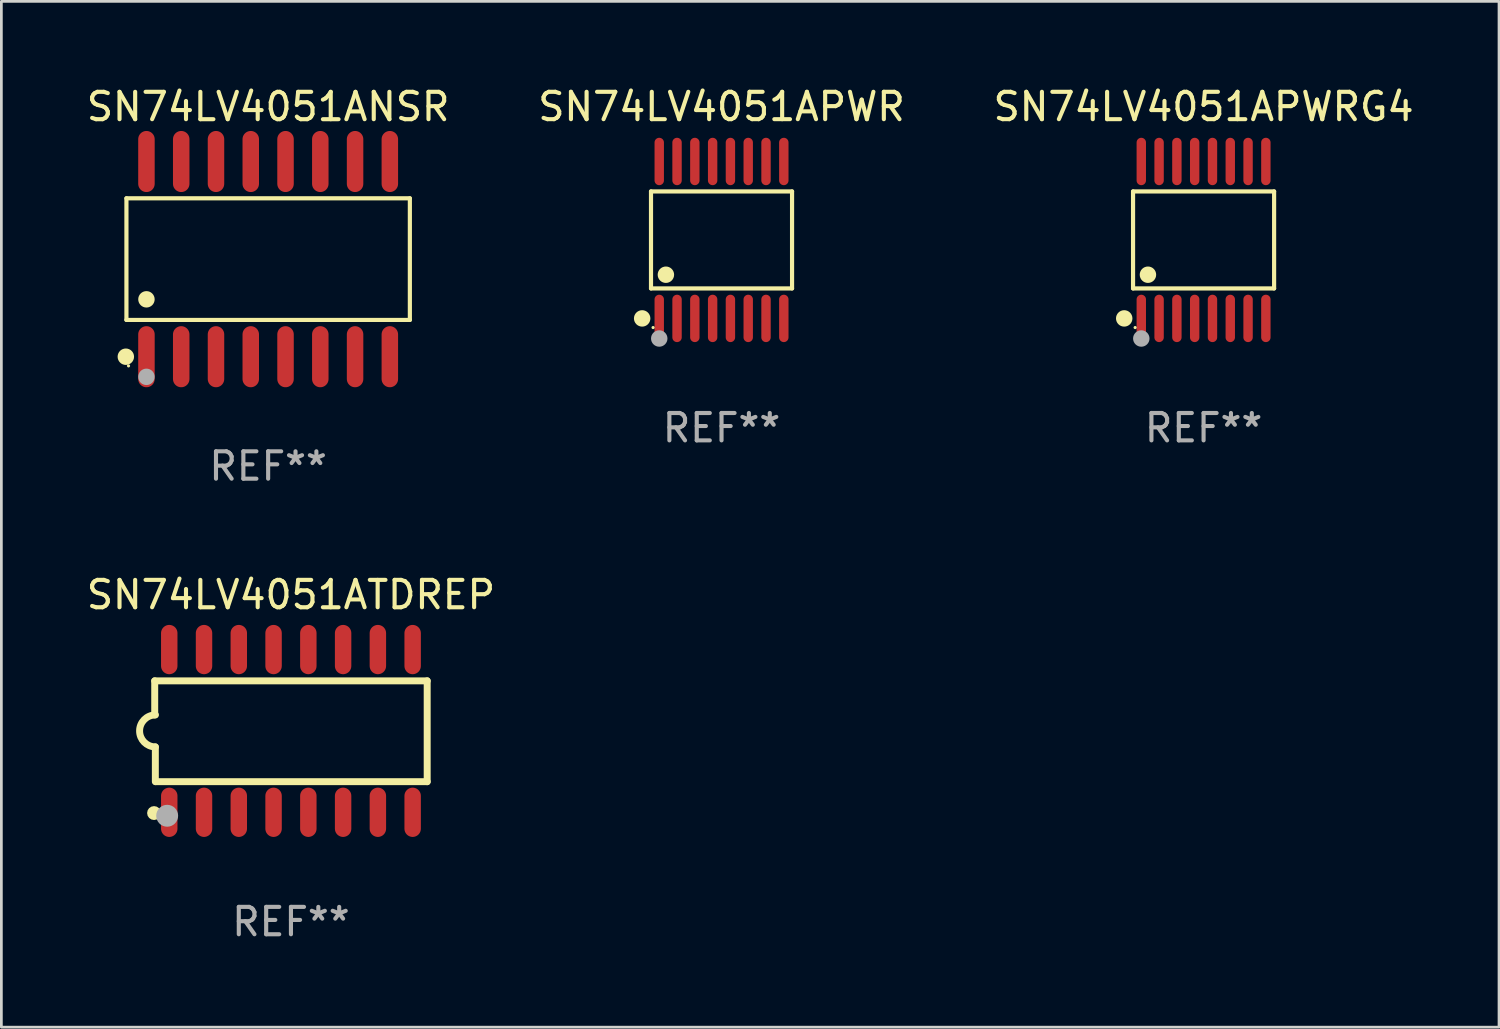
<source format=kicad_pcb>
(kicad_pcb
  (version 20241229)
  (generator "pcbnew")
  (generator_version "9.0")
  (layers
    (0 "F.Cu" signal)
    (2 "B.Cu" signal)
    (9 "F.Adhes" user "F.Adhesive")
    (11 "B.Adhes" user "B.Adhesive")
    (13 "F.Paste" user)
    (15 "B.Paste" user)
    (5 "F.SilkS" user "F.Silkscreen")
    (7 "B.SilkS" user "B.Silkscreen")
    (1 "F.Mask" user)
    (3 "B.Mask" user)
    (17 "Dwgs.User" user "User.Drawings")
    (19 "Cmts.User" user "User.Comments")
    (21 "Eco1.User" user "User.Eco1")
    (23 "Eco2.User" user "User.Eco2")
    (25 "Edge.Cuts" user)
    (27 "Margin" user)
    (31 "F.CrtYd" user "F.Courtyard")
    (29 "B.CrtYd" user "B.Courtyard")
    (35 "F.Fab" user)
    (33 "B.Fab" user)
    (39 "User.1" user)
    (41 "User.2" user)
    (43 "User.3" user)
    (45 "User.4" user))
  (footprint "SN74LV4051APWRG4"
    (layer "F.Cu")
    (at 40.911 5.714)
    (property "Reference" "SN74LV4051APWRG4" (at 0 -4.866 0) (layer "F.SilkS") (effects (font (size 1 1) (thickness 0.15))))
    (attr through_hole)
    (fp_line (start -2.576 -1.772) (end 2.576 -1.772) (stroke (width 0.152) (type solid)) (layer "F.SilkS"))
    (fp_line (start -2.576 1.771) (end -2.576 -1.772) (stroke (width 0.152) (type solid)) (layer "F.SilkS"))
    (fp_line (start 2.576 -1.772) (end 2.576 1.771) (stroke (width 0.152) (type solid)) (layer "F.SilkS"))
    (fp_line (start 2.576 1.771) (end -2.576 1.771) (stroke (width 0.152) (type solid)) (layer "F.SilkS"))
    (fp_circle (center -2.899 2.866) (end -2.749 2.866) (stroke (width 0.3) (type solid)) (fill no) (layer "F.SilkS"))
    (fp_circle (center -2.5 3.2) (end -2.47 3.2) (stroke (width 0.06) (type solid)) (fill no) (layer "F.SilkS"))
    (fp_circle (center -2.032 1.27) (end -1.882 1.27) (stroke (width 0.3) (type solid)) (fill no) (layer "F.SilkS"))
    (fp_circle (center -2.275 3.6) (end -2.125 3.6) (stroke (width 0.3) (type solid)) (fill no) (layer "F.Fab"))
    (fp_text user "REF**" (at 0 6.866 0) (layer "F.Fab") (effects (font (size 1 1) (thickness 0.15))))
    (pad "1" smd oval (at -2.275 2.866) (size 0.343 1.731) (layers "F.Cu" "F.Mask" "F.Paste"))
    (pad "2" smd oval (at -1.625 2.866) (size 0.343 1.731) (layers "F.Cu" "F.Mask" "F.Paste"))
    (pad "3" smd oval (at -0.975 2.866) (size 0.343 1.731) (layers "F.Cu" "F.Mask" "F.Paste"))
    (pad "4" smd oval (at -0.325 2.866) (size 0.343 1.731) (layers "F.Cu" "F.Mask" "F.Paste"))
    (pad "5" smd oval (at 0.325 2.866) (size 0.343 1.731) (layers "F.Cu" "F.Mask" "F.Paste"))
    (pad "6" smd oval (at 0.975 2.866) (size 0.343 1.731) (layers "F.Cu" "F.Mask" "F.Paste"))
    (pad "7" smd oval (at 1.625 2.866) (size 0.343 1.731) (layers "F.Cu" "F.Mask" "F.Paste"))
    (pad "8" smd oval (at 2.275 2.866) (size 0.343 1.731) (layers "F.Cu" "F.Mask" "F.Paste"))
    (pad "9" smd oval (at 2.275 -2.866) (size 0.343 1.731) (layers "F.Cu" "F.Mask" "F.Paste"))
    (pad "10" smd oval (at 1.625 -2.866) (size 0.343 1.731) (layers "F.Cu" "F.Mask" "F.Paste"))
    (pad "11" smd oval (at 0.975 -2.866) (size 0.343 1.731) (layers "F.Cu" "F.Mask" "F.Paste"))
    (pad "12" smd oval (at 0.325 -2.866) (size 0.343 1.731) (layers "F.Cu" "F.Mask" "F.Paste"))
    (pad "13" smd oval (at -0.325 -2.866) (size 0.343 1.731) (layers "F.Cu" "F.Mask" "F.Paste"))
    (pad "14" smd oval (at -0.975 -2.866) (size 0.343 1.731) (layers "F.Cu" "F.Mask" "F.Paste"))
    (pad "15" smd oval (at -1.625 -2.866) (size 0.343 1.731) (layers "F.Cu" "F.Mask" "F.Paste"))
    (pad "16" smd oval (at -2.275 -2.866) (size 0.343 1.731) (layers "F.Cu" "F.Mask" "F.Paste")))
  (footprint "SN74LV4051APWR"
    (layer "F.Cu")
    (at 23.304 5.714)
    (property "Reference" "SN74LV4051APWR" (at 0 -4.866 0) (layer "F.SilkS") (effects (font (size 1 1) (thickness 0.15))))
    (attr through_hole)
    (fp_line (start -2.576 -1.772) (end 2.576 -1.772) (stroke (width 0.152) (type solid)) (layer "F.SilkS"))
    (fp_line (start -2.576 1.771) (end -2.576 -1.772) (stroke (width 0.152) (type solid)) (layer "F.SilkS"))
    (fp_line (start 2.576 -1.772) (end 2.576 1.771) (stroke (width 0.152) (type solid)) (layer "F.SilkS"))
    (fp_line (start 2.576 1.771) (end -2.576 1.771) (stroke (width 0.152) (type solid)) (layer "F.SilkS"))
    (fp_circle (center -2.899 2.866) (end -2.749 2.866) (stroke (width 0.3) (type solid)) (fill no) (layer "F.SilkS"))
    (fp_circle (center -2.5 3.2) (end -2.47 3.2) (stroke (width 0.06) (type solid)) (fill no) (layer "F.SilkS"))
    (fp_circle (center -2.032 1.27) (end -1.882 1.27) (stroke (width 0.3) (type solid)) (fill no) (layer "F.SilkS"))
    (fp_circle (center -2.275 3.6) (end -2.125 3.6) (stroke (width 0.3) (type solid)) (fill no) (layer "F.Fab"))
    (fp_text user "REF**" (at 0 6.866 0) (layer "F.Fab") (effects (font (size 1 1) (thickness 0.15))))
    (pad "1" smd oval (at -2.275 2.866) (size 0.343 1.731) (layers "F.Cu" "F.Mask" "F.Paste"))
    (pad "2" smd oval (at -1.625 2.866) (size 0.343 1.731) (layers "F.Cu" "F.Mask" "F.Paste"))
    (pad "3" smd oval (at -0.975 2.866) (size 0.343 1.731) (layers "F.Cu" "F.Mask" "F.Paste"))
    (pad "4" smd oval (at -0.325 2.866) (size 0.343 1.731) (layers "F.Cu" "F.Mask" "F.Paste"))
    (pad "5" smd oval (at 0.325 2.866) (size 0.343 1.731) (layers "F.Cu" "F.Mask" "F.Paste"))
    (pad "6" smd oval (at 0.975 2.866) (size 0.343 1.731) (layers "F.Cu" "F.Mask" "F.Paste"))
    (pad "7" smd oval (at 1.625 2.866) (size 0.343 1.731) (layers "F.Cu" "F.Mask" "F.Paste"))
    (pad "8" smd oval (at 2.275 2.866) (size 0.343 1.731) (layers "F.Cu" "F.Mask" "F.Paste"))
    (pad "9" smd oval (at 2.275 -2.866) (size 0.343 1.731) (layers "F.Cu" "F.Mask" "F.Paste"))
    (pad "10" smd oval (at 1.625 -2.866) (size 0.343 1.731) (layers "F.Cu" "F.Mask" "F.Paste"))
    (pad "11" smd oval (at 0.975 -2.866) (size 0.343 1.731) (layers "F.Cu" "F.Mask" "F.Paste"))
    (pad "12" smd oval (at 0.325 -2.866) (size 0.343 1.731) (layers "F.Cu" "F.Mask" "F.Paste"))
    (pad "13" smd oval (at -0.325 -2.866) (size 0.343 1.731) (layers "F.Cu" "F.Mask" "F.Paste"))
    (pad "14" smd oval (at -0.975 -2.866) (size 0.343 1.731) (layers "F.Cu" "F.Mask" "F.Paste"))
    (pad "15" smd oval (at -1.625 -2.866) (size 0.343 1.731) (layers "F.Cu" "F.Mask" "F.Paste"))
    (pad "16" smd oval (at -2.275 -2.866) (size 0.343 1.731) (layers "F.Cu" "F.Mask" "F.Paste")))
  (footprint "SN74LV4051ANSR"
    (layer "F.Cu")
    (at 6.744 6.414)
    (property "Reference" "SN74LV4051ANSR" (at 0 -5.565 0) (layer "F.SilkS") (effects (font (size 1 1) (thickness 0.15))))
    (attr through_hole)
    (fp_line (start -5.176 -2.221) (end 5.176 -2.221) (stroke (width 0.152) (type solid)) (layer "F.SilkS"))
    (fp_line (start -5.176 2.221) (end -5.176 -2.221) (stroke (width 0.152) (type solid)) (layer "F.SilkS"))
    (fp_line (start 5.176 -2.221) (end 5.176 2.221) (stroke (width 0.152) (type solid)) (layer "F.SilkS"))
    (fp_line (start 5.176 2.221) (end -5.176 2.221) (stroke (width 0.152) (type solid)) (layer "F.SilkS"))
    (fp_circle (center -5.198 3.565) (end -5.048 3.565) (stroke (width 0.3) (type solid)) (fill no) (layer "F.SilkS"))
    (fp_circle (center -5.1 3.9) (end -5.07 3.9) (stroke (width 0.06) (type solid)) (fill no) (layer "F.SilkS"))
    (fp_circle (center -4.445 1.469) (end -4.295 1.469) (stroke (width 0.3) (type solid)) (fill no) (layer "F.SilkS"))
    (fp_circle (center -4.445 4.3) (end -4.295 4.3) (stroke (width 0.3) (type solid)) (fill no) (layer "F.Fab"))
    (fp_text user "REF**" (at 0 7.565 0) (layer "F.Fab") (effects (font (size 1 1) (thickness 0.15))))
    (pad "1" smd oval (at -4.445 3.565) (size 0.602 2.231) (layers "F.Cu" "F.Mask" "F.Paste"))
    (pad "2" smd oval (at -3.175 3.565) (size 0.602 2.231) (layers "F.Cu" "F.Mask" "F.Paste"))
    (pad "3" smd oval (at -1.905 3.565) (size 0.602 2.231) (layers "F.Cu" "F.Mask" "F.Paste"))
    (pad "4" smd oval (at -0.635 3.565) (size 0.602 2.231) (layers "F.Cu" "F.Mask" "F.Paste"))
    (pad "5" smd oval (at 0.635 3.565) (size 0.602 2.231) (layers "F.Cu" "F.Mask" "F.Paste"))
    (pad "6" smd oval (at 1.905 3.565) (size 0.602 2.231) (layers "F.Cu" "F.Mask" "F.Paste"))
    (pad "7" smd oval (at 3.175 3.565) (size 0.602 2.231) (layers "F.Cu" "F.Mask" "F.Paste"))
    (pad "8" smd oval (at 4.445 3.565) (size 0.602 2.231) (layers "F.Cu" "F.Mask" "F.Paste"))
    (pad "9" smd oval (at 4.445 -3.565) (size 0.602 2.231) (layers "F.Cu" "F.Mask" "F.Paste"))
    (pad "10" smd oval (at 3.175 -3.565) (size 0.602 2.231) (layers "F.Cu" "F.Mask" "F.Paste"))
    (pad "11" smd oval (at 1.905 -3.565) (size 0.602 2.231) (layers "F.Cu" "F.Mask" "F.Paste"))
    (pad "12" smd oval (at 0.635 -3.565) (size 0.602 2.231) (layers "F.Cu" "F.Mask" "F.Paste"))
    (pad "13" smd oval (at -0.635 -3.565) (size 0.602 2.231) (layers "F.Cu" "F.Mask" "F.Paste"))
    (pad "14" smd oval (at -1.905 -3.565) (size 0.602 2.231) (layers "F.Cu" "F.Mask" "F.Paste"))
    (pad "15" smd oval (at -3.175 -3.565) (size 0.602 2.231) (layers "F.Cu" "F.Mask" "F.Paste"))
    (pad "16" smd oval (at -4.445 -3.565) (size 0.602 2.231) (layers "F.Cu" "F.Mask" "F.Paste")))
  (footprint "SN74LV4051ATDREP"
    (layer "F.Cu")
    (at 7.577 23.647)
    (property "Reference" "SN74LV4051ATDREP" (at 0 -4.972 0) (layer "F.SilkS") (effects (font (size 1 1) (thickness 0.15))))
    (attr through_hole)
    (fp_line (start -4.976 -1.829) (end -4.976 -0.584) (stroke (width 0.254) (type solid)) (layer "F.SilkS"))
    (fp_line (start -4.953 0.584) (end -4.953 1.854) (stroke (width 0.254) (type solid)) (layer "F.SilkS"))
    (fp_line (start -4.928 1.854) (end 4.976 1.854) (stroke (width 0.254) (type solid)) (layer "F.SilkS"))
    (fp_line (start 4.976 -1.829) (end -4.976 -1.829) (stroke (width 0.254) (type solid)) (layer "F.SilkS"))
    (fp_line (start 4.976 1.854) (end 4.976 -1.829) (stroke (width 0.254) (type solid)) (layer "F.SilkS"))
    (fp_arc (start -4.95301 0.584201) (mid -5.533866 -0.00152) (end -4.950088 -0.584329) (stroke (width 0.254001) (type solid)) (layer "F.SilkS"))
    (fp_circle (center -5 3) (end -4.873 3) (stroke (width 0.254) (type solid)) (fill no) (layer "F.SilkS"))
    (fp_circle (center -4.521 3.099) (end -4.321 3.099) (stroke (width 0.4) (type solid)) (fill no) (layer "F.Fab"))
    (fp_text user "REF**" (at 0 6.972 0) (layer "F.Fab") (effects (font (size 1 1) (thickness 0.15))))
    (pad "1" smd oval (at -4.445 2.972 180) (size 0.6 1.8) (layers "F.Cu" "F.Mask" "F.Paste"))
    (pad "2" smd oval (at -3.175 2.972 180) (size 0.6 1.8) (layers "F.Cu" "F.Mask" "F.Paste"))
    (pad "3" smd oval (at -1.905 2.972 180) (size 0.6 1.8) (layers "F.Cu" "F.Mask" "F.Paste"))
    (pad "4" smd oval (at -0.635 2.972 180) (size 0.6 1.8) (layers "F.Cu" "F.Mask" "F.Paste"))
    (pad "5" smd oval (at 0.635 2.972 180) (size 0.6 1.8) (layers "F.Cu" "F.Mask" "F.Paste"))
    (pad "6" smd oval (at 1.905 2.972 180) (size 0.6 1.8) (layers "F.Cu" "F.Mask" "F.Paste"))
    (pad "7" smd oval (at 3.175 2.972 180) (size 0.6 1.8) (layers "F.Cu" "F.Mask" "F.Paste"))
    (pad "8" smd oval (at 4.445 2.972 180) (size 0.6 1.8) (layers "F.Cu" "F.Mask" "F.Paste"))
    (pad "9" smd oval (at 4.445 -2.972 180) (size 0.6 1.8) (layers "F.Cu" "F.Mask" "F.Paste"))
    (pad "10" smd oval (at 3.175 -2.972 180) (size 0.6 1.8) (layers "F.Cu" "F.Mask" "F.Paste"))
    (pad "11" smd oval (at 1.905 -2.972 180) (size 0.6 1.8) (layers "F.Cu" "F.Mask" "F.Paste"))
    (pad "12" smd oval (at 0.635 -2.972 180) (size 0.6 1.8) (layers "F.Cu" "F.Mask" "F.Paste"))
    (pad "13" smd oval (at -0.635 -2.972 180) (size 0.6 1.8) (layers "F.Cu" "F.Mask" "F.Paste"))
    (pad "14" smd oval (at -1.905 -2.972 180) (size 0.6 1.8) (layers "F.Cu" "F.Mask" "F.Paste"))
    (pad "15" smd oval (at -3.175 -2.972 180) (size 0.6 1.8) (layers "F.Cu" "F.Mask" "F.Paste"))
    (pad "16" smd oval (at -4.445 -2.972 180) (size 0.6 1.8) (layers "F.Cu" "F.Mask" "F.Paste")))
  (gr_rect
    (start -3 -3)
    (end 51.702 34.467)
    (stroke (width 0.1) (type default))
    (fill no)
    (layer "Edge.Cuts")))
</source>
